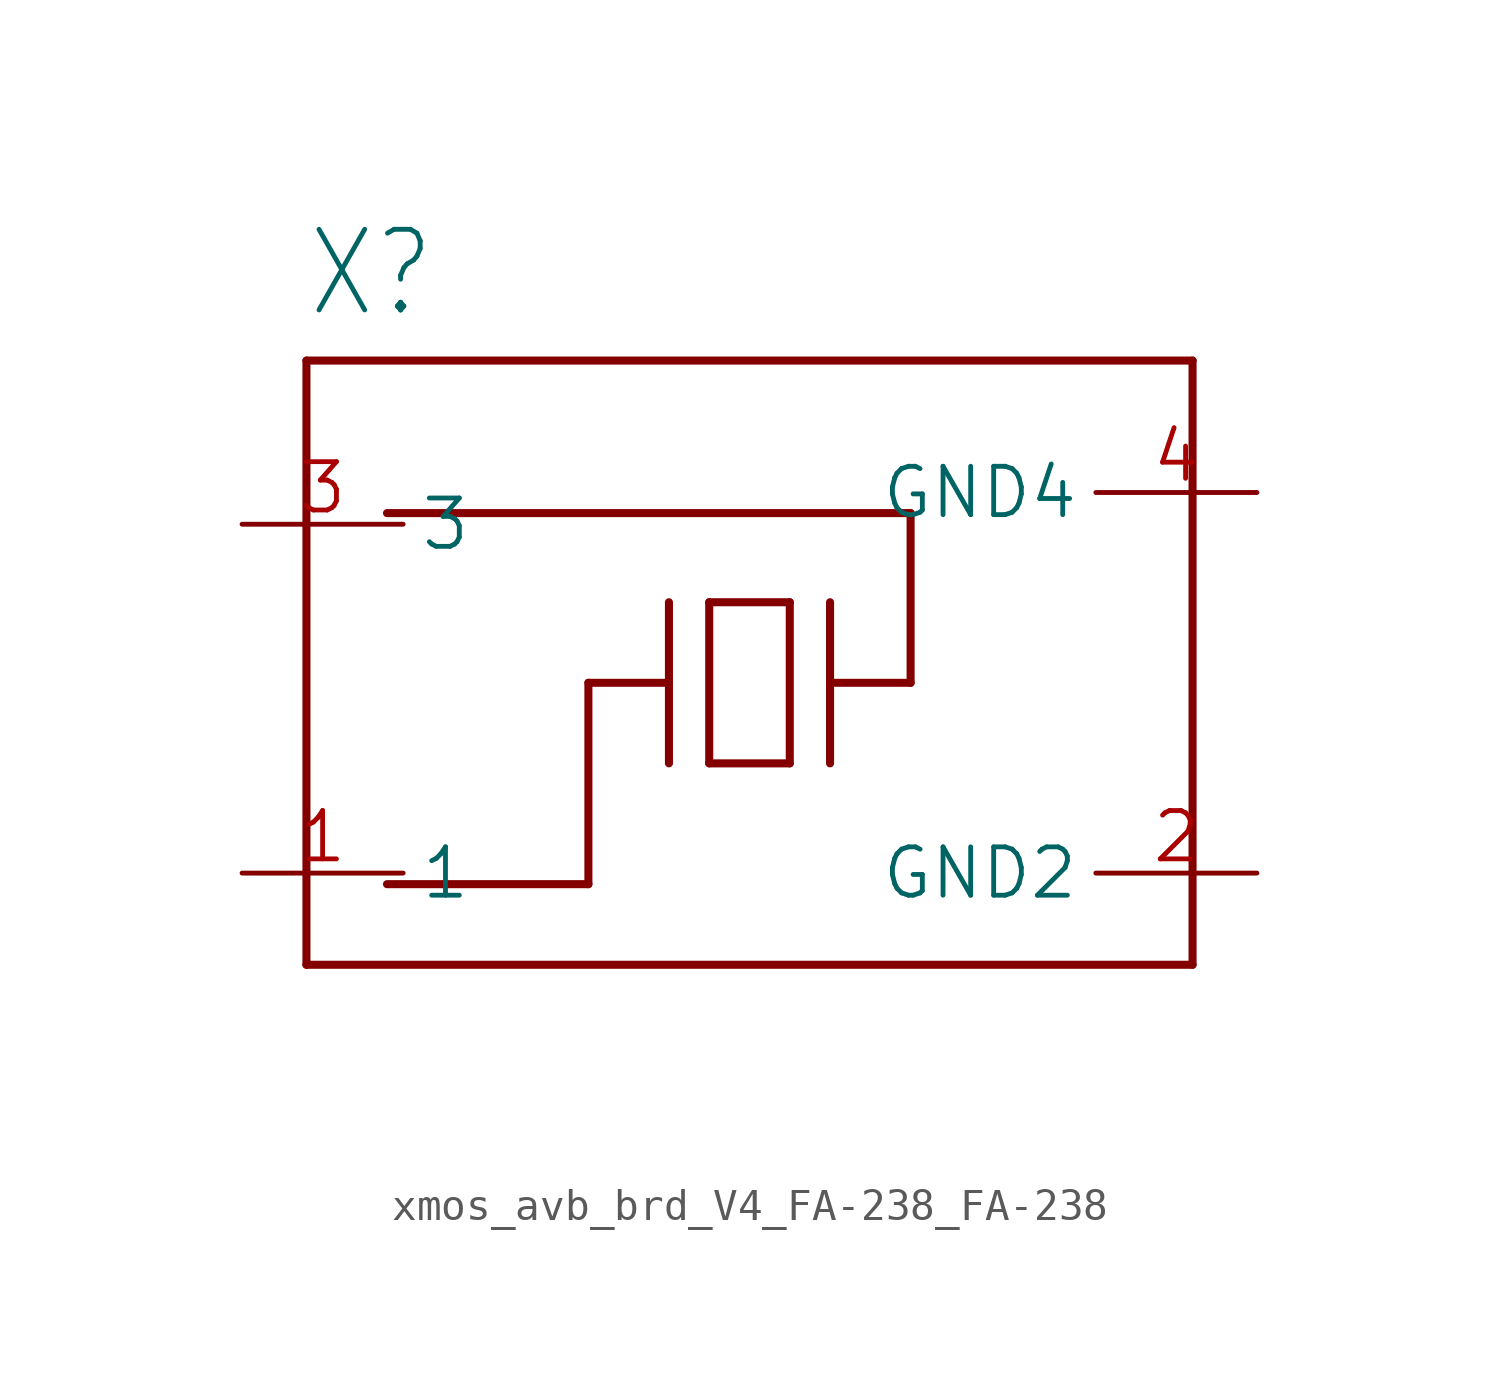
<source format=kicad_sym>
(kicad_symbol_lib
  (version 20241209)
  (generator "kicad_symbol_editor")
  (generator_version "9.0")
  (symbol "xmos_avb_brd_V4_FA-238_FA-238"
    (property "Reference" "X"
      (at -13.983 11.438 0)
      (effects (font (size 2.542 2.161)) (justify left bottom)))
    (property "Value" ""
      (at -13.983 -12.712 0)
      (effects (font (size 2.542 2.161)) (justify left bottom)))
    (property "ki_locked" ""
      (at 0 0 0)
      (effects (font (size 1.27 1.27))))
    (symbol "xmos_avb_brd_V4_FA-238_FA-238_1_0"
      (polyline (pts (xy -13.97 10.16) (xy -13.97 -8.89)) (stroke (width 0.254) (type solid)) (fill (type none)))
      (polyline (pts (xy -13.97 -8.89) (xy 13.97 -8.89)) (stroke (width 0.254) (type solid)) (fill (type none)))
      (polyline (pts (xy -11.43 -6.35) (xy -5.08 -6.35)) (stroke (width 0.254) (type solid)) (fill (type none)))
      (polyline (pts (xy -5.08 -6.35) (xy -5.08 0)) (stroke (width 0.254) (type solid)) (fill (type none)))
      (polyline (pts (xy -2.54 2.54) (xy -2.54 0)) (stroke (width 0.254) (type solid)) (fill (type none)))
      (polyline (pts (xy -2.54 0) (xy -5.08 0)) (stroke (width 0.254) (type solid)) (fill (type none)))
      (polyline (pts (xy -2.54 0) (xy -2.54 -2.54)) (stroke (width 0.254) (type solid)) (fill (type none)))
      (polyline (pts (xy -1.27 2.54) (xy -1.27 -2.54)) (stroke (width 0.254) (type solid)) (fill (type none)))
      (polyline (pts (xy -1.27 2.54) (xy 1.27 2.54)) (stroke (width 0.254) (type solid)) (fill (type none)))
      (polyline (pts (xy -1.27 -2.54) (xy 1.27 -2.54)) (stroke (width 0.254) (type solid)) (fill (type none)))
      (polyline (pts (xy 1.27 -2.54) (xy 1.27 2.54)) (stroke (width 0.254) (type solid)) (fill (type none)))
      (polyline (pts (xy 2.54 2.54) (xy 2.54 0)) (stroke (width 0.254) (type solid)) (fill (type none)))
      (polyline (pts (xy 2.54 0) (xy 2.54 -2.54)) (stroke (width 0.254) (type solid)) (fill (type none)))
      (polyline (pts (xy 2.54 0) (xy 5.08 0)) (stroke (width 0.254) (type solid)) (fill (type none)))
      (polyline (pts (xy 5.08 5.35) (xy -11.43 5.35)) (stroke (width 0.254) (type solid)) (fill (type none)))
      (polyline (pts (xy 5.08 0) (xy 5.08 5.35)) (stroke (width 0.254) (type solid)) (fill (type none)))
      (polyline (pts (xy 13.97 10.16) (xy -13.97 10.16)) (stroke (width 0.254) (type solid)) (fill (type none)))
      (polyline (pts (xy 13.97 -8.89) (xy 13.97 10.16)) (stroke (width 0.254) (type solid)) (fill (type none)))
      (pin passive line (at -16 5 0) (length 5.08) (name "3" (effects (font (size 1.524 1.524)))) (number "3" (effects (font (size 1.524 1.524)))))
      (pin passive line (at -16 -6 0) (length 5.08) (name "1" (effects (font (size 1.524 1.524)))) (number "1" (effects (font (size 1.524 1.524)))))
      (pin passive line (at 16 6 180) (length 5.08) (name "GND4" (effects (font (size 1.524 1.524)))) (number "4" (effects (font (size 1.524 1.524)))))
      (pin passive line (at 16 -6 180) (length 5.08) (name "GND2" (effects (font (size 1.524 1.524)))) (number "2" (effects (font (size 1.524 1.524))))))))
</source>
